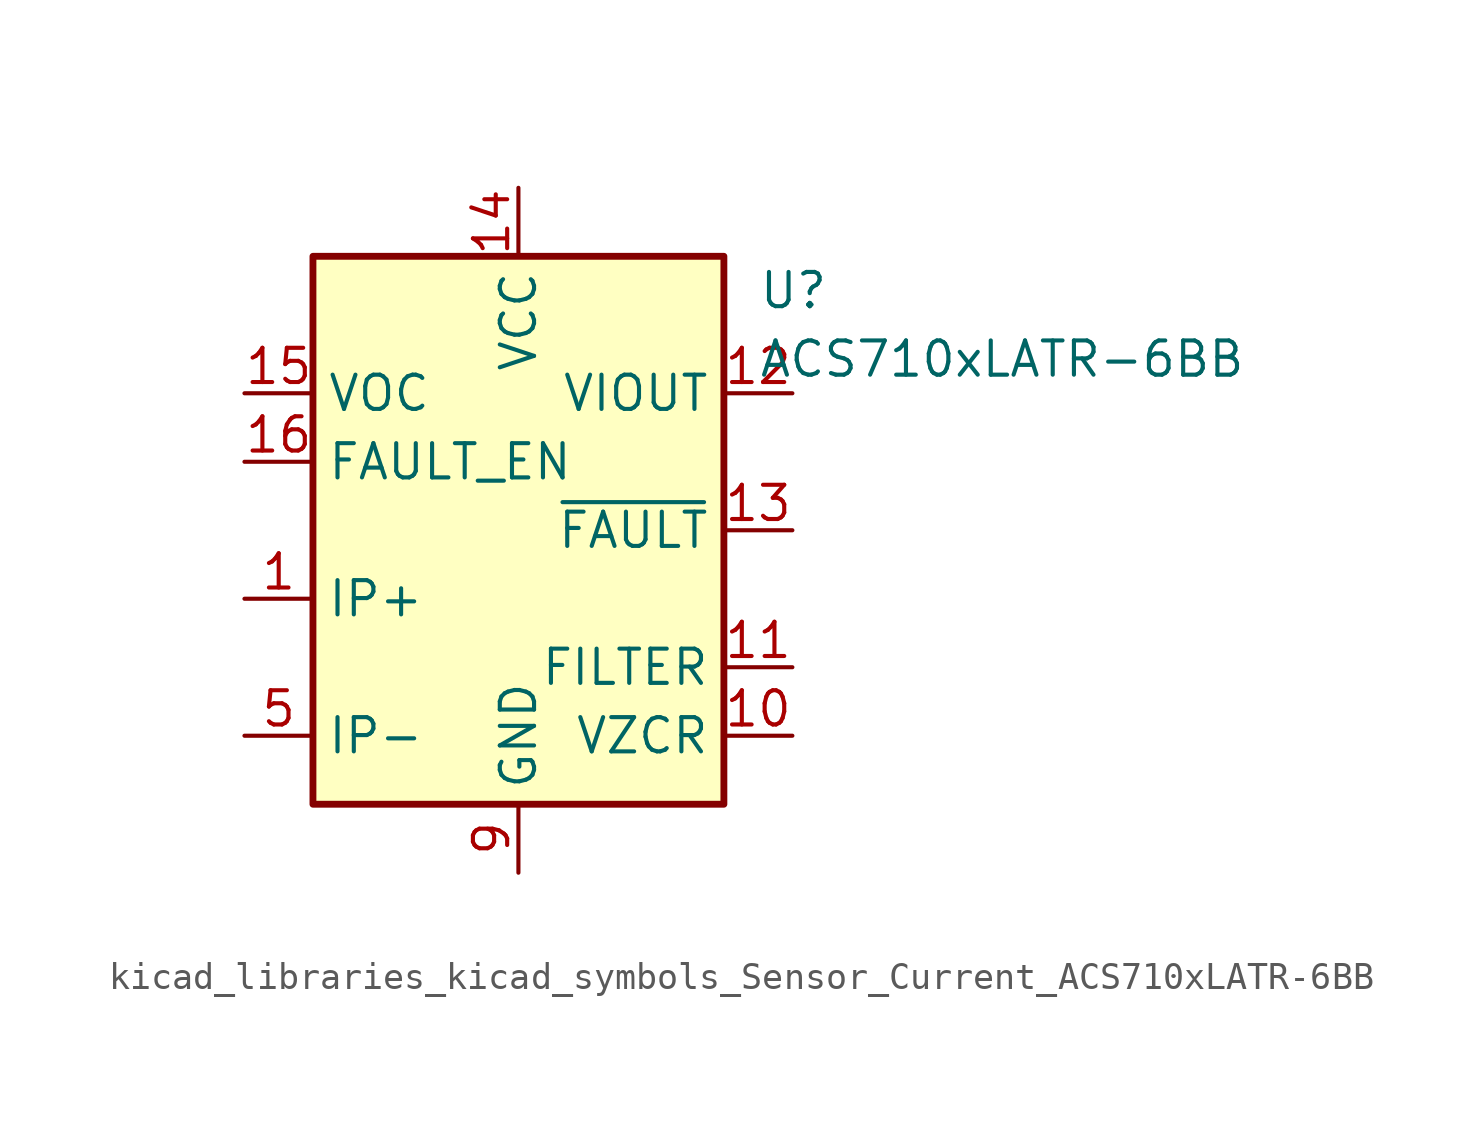
<source format=kicad_sym>
(kicad_symbol_lib
  (version 20220914)
  (generator kicad_symbol_editor)
  (symbol "kicad_libraries_kicad_symbols_Sensor_Current_ACS710xLATR-6BB"
    (property "Reference" "U"
      (at 8.89 8.89 0)
      (effects (font (size 1.27 1.27)) (justify left)))
    (property "Value" "ACS710xLATR-6BB"
      (at 8.89 6.35 0)
      (effects (font (size 1.27 1.27)) (justify left)))
    (symbol "kicad_libraries_kicad_symbols_Sensor_Current_ACS710xLATR-6BB_0_1"
      (rectangle (start -7.62 10.16) (end 7.62 -10.16) (stroke (width 0.254) (type default)) (fill (type background))))
    (symbol "kicad_libraries_kicad_symbols_Sensor_Current_ACS710xLATR-6BB_1_1"
      (pin passive line (at -10.16 -2.54 0) (length 2.54) (name "IP+" (effects (font (size 1.27 1.27)))) (number "1" (effects (font (size 1.27 1.27)))))
      (pin passive line (at 10.16 -7.62 180) (length 2.54) (name "VZCR" (effects (font (size 1.27 1.27)))) (number "10" (effects (font (size 1.27 1.27)))))
      (pin passive line (at 10.16 -5.08 180) (length 2.54) (name "FILTER" (effects (font (size 1.27 1.27)))) (number "11" (effects (font (size 1.27 1.27)))))
      (pin output line (at 10.16 5.08 180) (length 2.54) (name "VIOUT" (effects (font (size 1.27 1.27)))) (number "12" (effects (font (size 1.27 1.27)))))
      (pin output line (at 10.16 0 180) (length 2.54) (name "~{FAULT}" (effects (font (size 1.27 1.27)))) (number "13" (effects (font (size 1.27 1.27)))))
      (pin power_in line (at 0 12.7 270) (length 2.54) (name "VCC" (effects (font (size 1.27 1.27)))) (number "14" (effects (font (size 1.27 1.27)))))
      (pin input line (at -10.16 5.08 0) (length 2.54) (name "VOC" (effects (font (size 1.27 1.27)))) (number "15" (effects (font (size 1.27 1.27)))))
      (pin input line (at -10.16 2.54 0) (length 2.54) (name "FAULT_EN" (effects (font (size 1.27 1.27)))) (number "16" (effects (font (size 1.27 1.27)))))
      (pin passive line (at -10.16 -2.54 0) (length 2.54) hide (name "IP+" (effects (font (size 1.27 1.27)))) (number "2" (effects (font (size 1.27 1.27)))))
      (pin passive line (at -10.16 -2.54 0) (length 2.54) hide (name "IP+" (effects (font (size 1.27 1.27)))) (number "3" (effects (font (size 1.27 1.27)))))
      (pin passive line (at -10.16 -2.54 0) (length 2.54) hide (name "IP+" (effects (font (size 1.27 1.27)))) (number "4" (effects (font (size 1.27 1.27)))))
      (pin passive line (at -10.16 -7.62 0) (length 2.54) (name "IP-" (effects (font (size 1.27 1.27)))) (number "5" (effects (font (size 1.27 1.27)))))
      (pin passive line (at -10.16 -7.62 0) (length 2.54) hide (name "IP-" (effects (font (size 1.27 1.27)))) (number "6" (effects (font (size 1.27 1.27)))))
      (pin passive line (at -10.16 -7.62 0) (length 2.54) hide (name "IP-" (effects (font (size 1.27 1.27)))) (number "7" (effects (font (size 1.27 1.27)))))
      (pin passive line (at -10.16 -7.62 0) (length 2.54) hide (name "IP-" (effects (font (size 1.27 1.27)))) (number "8" (effects (font (size 1.27 1.27)))))
      (pin power_in line (at 0 -12.7 90) (length 2.54) (name "GND" (effects (font (size 1.27 1.27)))) (number "9" (effects (font (size 1.27 1.27))))))))
</source>
